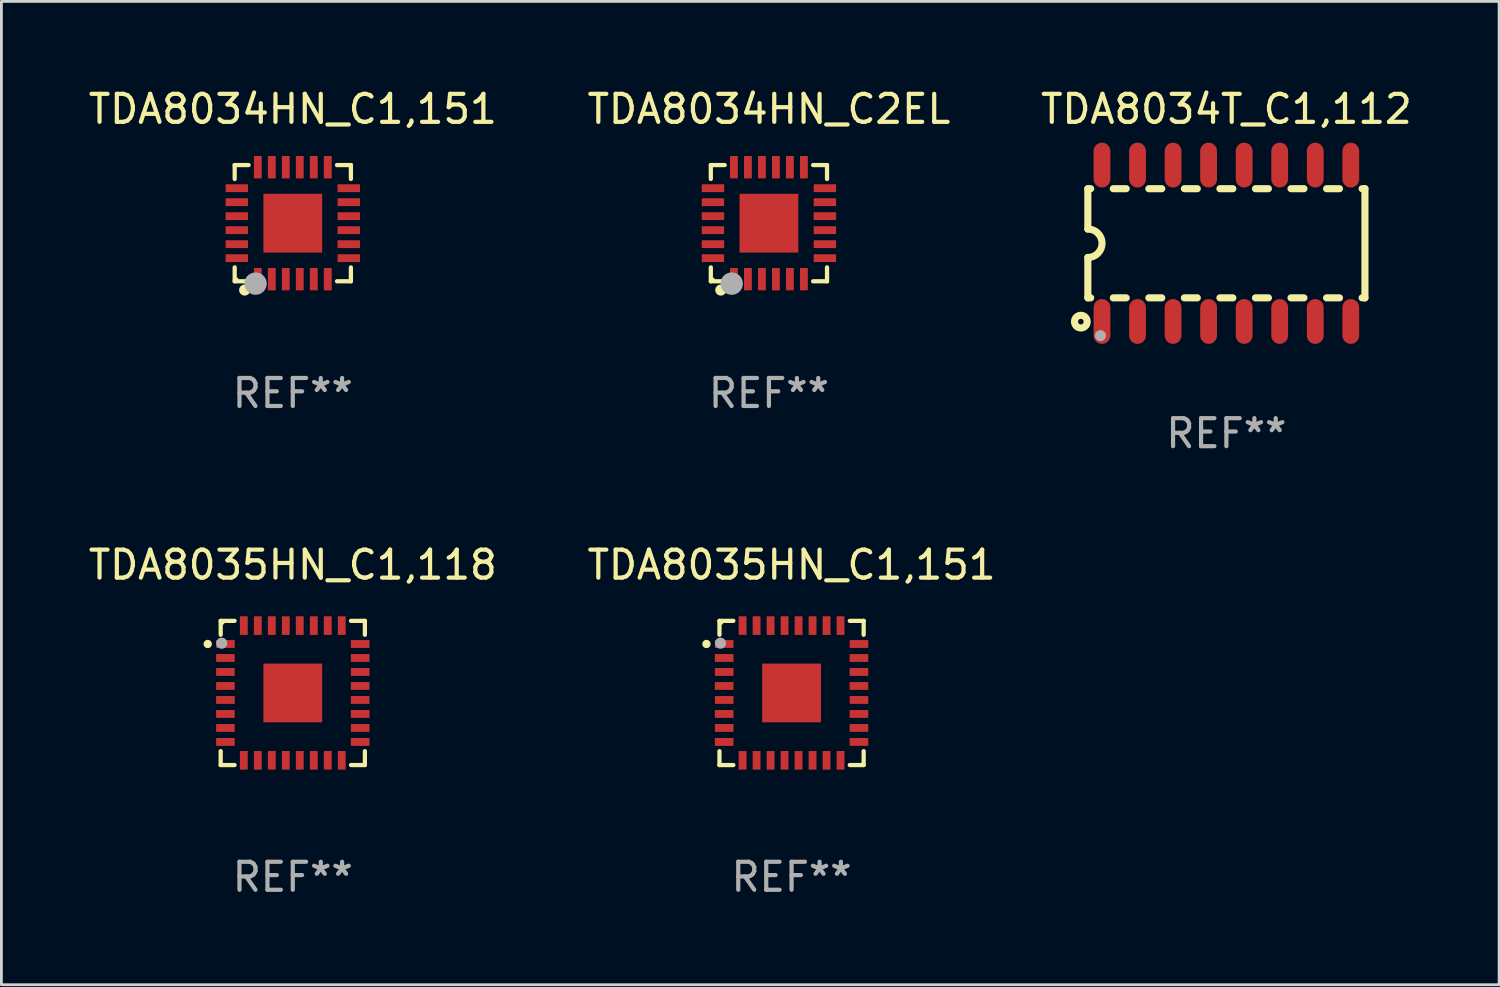
<source format=kicad_pcb>
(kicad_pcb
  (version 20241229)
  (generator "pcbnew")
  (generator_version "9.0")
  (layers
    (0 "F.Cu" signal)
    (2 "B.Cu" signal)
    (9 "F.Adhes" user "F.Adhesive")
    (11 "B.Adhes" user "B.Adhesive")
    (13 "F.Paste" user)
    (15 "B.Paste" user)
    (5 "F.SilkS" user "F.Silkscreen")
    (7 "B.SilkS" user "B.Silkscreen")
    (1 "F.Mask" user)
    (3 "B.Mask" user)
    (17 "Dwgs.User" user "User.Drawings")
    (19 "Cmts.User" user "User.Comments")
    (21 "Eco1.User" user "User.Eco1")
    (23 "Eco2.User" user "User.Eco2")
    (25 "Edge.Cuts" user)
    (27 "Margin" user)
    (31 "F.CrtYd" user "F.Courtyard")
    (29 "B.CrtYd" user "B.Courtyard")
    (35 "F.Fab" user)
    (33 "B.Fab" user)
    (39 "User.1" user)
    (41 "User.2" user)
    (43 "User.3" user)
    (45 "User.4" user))
  (footprint "TDA8035HN_C1,118"
    (layer "F.Cu")
    (at 7.411 21.709)
    (property "Reference" "TDA8035HN_C1,118" (at 0 -4.576 0) (layer "F.SilkS") (effects (font (size 1 1) (thickness 0.15))))
    (attr through_hole)
    (fp_line (start -2.576 -2.576) (end -2.576 -2.08) (stroke (width 0.152) (type solid)) (layer "F.SilkS"))
    (fp_line (start -2.576 2.576) (end -2.576 2.08) (stroke (width 0.152) (type solid)) (layer "F.SilkS"))
    (fp_line (start -2.08 -2.576) (end -2.576 -2.576) (stroke (width 0.152) (type solid)) (layer "F.SilkS"))
    (fp_line (start -2.08 2.576) (end -2.576 2.576) (stroke (width 0.152) (type solid)) (layer "F.SilkS"))
    (fp_line (start 2.08 -2.576) (end 2.576 -2.576) (stroke (width 0.152) (type solid)) (layer "F.SilkS"))
    (fp_line (start 2.08 2.576) (end 2.576 2.576) (stroke (width 0.152) (type solid)) (layer "F.SilkS"))
    (fp_line (start 2.576 -2.576) (end 2.576 -2.08) (stroke (width 0.152) (type solid)) (layer "F.SilkS"))
    (fp_line (start 2.576 2.576) (end 2.576 2.08) (stroke (width 0.152) (type solid)) (layer "F.SilkS"))
    (fp_circle (center -3.04 -1.75) (end -2.965 -1.75) (stroke (width 0.15) (type solid)) (fill no) (layer "F.SilkS"))
    (fp_circle (center -2.5 -2.5) (end -2.47 -2.5) (stroke (width 0.06) (type solid)) (fill no) (layer "F.SilkS"))
    (fp_circle (center -2.54 -1.778) (end -2.44 -1.778) (stroke (width 0.2) (type solid)) (fill no) (layer "F.Fab"))
    (fp_text user "REF**" (at 0 6.576 0) (layer "F.Fab") (effects (font (size 1 1) (thickness 0.15))))
    (pad "1" smd rect (at -2.407 -1.75) (size 0.665 0.28) (layers "F.Cu" "F.Mask" "F.Paste"))
    (pad "2" smd rect (at -2.407 -1.25) (size 0.665 0.28) (layers "F.Cu" "F.Mask" "F.Paste"))
    (pad "3" smd rect (at -2.407 -0.75) (size 0.665 0.28) (layers "F.Cu" "F.Mask" "F.Paste"))
    (pad "4" smd rect (at -2.407 -0.25) (size 0.665 0.28) (layers "F.Cu" "F.Mask" "F.Paste"))
    (pad "5" smd rect (at -2.407 0.25) (size 0.665 0.28) (layers "F.Cu" "F.Mask" "F.Paste"))
    (pad "6" smd rect (at -2.407 0.75) (size 0.665 0.28) (layers "F.Cu" "F.Mask" "F.Paste"))
    (pad "7" smd rect (at -2.407 1.25) (size 0.665 0.28) (layers "F.Cu" "F.Mask" "F.Paste"))
    (pad "8" smd rect (at -2.407 1.75) (size 0.665 0.28) (layers "F.Cu" "F.Mask" "F.Paste"))
    (pad "9" smd rect (at -1.75 2.407) (size 0.28 0.665) (layers "F.Cu" "F.Mask" "F.Paste"))
    (pad "10" smd rect (at -1.25 2.407) (size 0.28 0.665) (layers "F.Cu" "F.Mask" "F.Paste"))
    (pad "11" smd rect (at -0.75 2.407) (size 0.28 0.665) (layers "F.Cu" "F.Mask" "F.Paste"))
    (pad "12" smd rect (at -0.25 2.407) (size 0.28 0.665) (layers "F.Cu" "F.Mask" "F.Paste"))
    (pad "13" smd rect (at 0.25 2.407) (size 0.28 0.665) (layers "F.Cu" "F.Mask" "F.Paste"))
    (pad "14" smd rect (at 0.75 2.407) (size 0.28 0.665) (layers "F.Cu" "F.Mask" "F.Paste"))
    (pad "15" smd rect (at 1.25 2.407) (size 0.28 0.665) (layers "F.Cu" "F.Mask" "F.Paste"))
    (pad "16" smd rect (at 1.75 2.407) (size 0.28 0.665) (layers "F.Cu" "F.Mask" "F.Paste"))
    (pad "17" smd rect (at 2.408 1.75) (size 0.665 0.28) (layers "F.Cu" "F.Mask" "F.Paste"))
    (pad "18" smd rect (at 2.408 1.25) (size 0.665 0.28) (layers "F.Cu" "F.Mask" "F.Paste"))
    (pad "19" smd rect (at 2.408 0.75) (size 0.665 0.28) (layers "F.Cu" "F.Mask" "F.Paste"))
    (pad "20" smd rect (at 2.408 0.25) (size 0.665 0.28) (layers "F.Cu" "F.Mask" "F.Paste"))
    (pad "21" smd rect (at 2.408 -0.25) (size 0.665 0.28) (layers "F.Cu" "F.Mask" "F.Paste"))
    (pad "22" smd rect (at 2.408 -0.75) (size 0.665 0.28) (layers "F.Cu" "F.Mask" "F.Paste"))
    (pad "23" smd rect (at 2.408 -1.25) (size 0.665 0.28) (layers "F.Cu" "F.Mask" "F.Paste"))
    (pad "24" smd rect (at 2.408 -1.75) (size 0.665 0.28) (layers "F.Cu" "F.Mask" "F.Paste"))
    (pad "25" smd rect (at 1.75 -2.407) (size 0.28 0.665) (layers "F.Cu" "F.Mask" "F.Paste"))
    (pad "26" smd rect (at 1.25 -2.407) (size 0.28 0.665) (layers "F.Cu" "F.Mask" "F.Paste"))
    (pad "27" smd rect (at 0.75 -2.407) (size 0.28 0.665) (layers "F.Cu" "F.Mask" "F.Paste"))
    (pad "28" smd rect (at 0.25 -2.407) (size 0.28 0.665) (layers "F.Cu" "F.Mask" "F.Paste"))
    (pad "29" smd rect (at -0.25 -2.407) (size 0.28 0.665) (layers "F.Cu" "F.Mask" "F.Paste"))
    (pad "30" smd rect (at -0.75 -2.407) (size 0.28 0.665) (layers "F.Cu" "F.Mask" "F.Paste"))
    (pad "31" smd rect (at -1.25 -2.407) (size 0.28 0.665) (layers "F.Cu" "F.Mask" "F.Paste"))
    (pad "32" smd rect (at -1.75 -2.407) (size 0.28 0.665) (layers "F.Cu" "F.Mask" "F.Paste"))
    (pad "33" smd rect (at 0.000127 0.000025) (size 2.1 2.1) (layers "F.Cu" "F.Mask" "F.Paste")))
  (footprint "TDA8034HN_C1,151"
    (layer "F.Cu")
    (at 7.411 4.924)
    (property "Reference" "TDA8034HN_C1,151" (at 0 -4.076 0) (layer "F.SilkS") (effects (font (size 1 1) (thickness 0.15))))
    (attr through_hole)
    (fp_line (start -2.076 -2.076) (end -1.58 -2.076) (stroke (width 0.152) (type solid)) (layer "F.SilkS"))
    (fp_line (start -2.076 -1.58) (end -2.076 -2.076) (stroke (width 0.152) (type solid)) (layer "F.SilkS"))
    (fp_line (start -2.076 1.58) (end -2.076 2.076) (stroke (width 0.152) (type solid)) (layer "F.SilkS"))
    (fp_line (start -2.076 2.076) (end -1.58 2.076) (stroke (width 0.152) (type solid)) (layer "F.SilkS"))
    (fp_line (start 2.076 -2.076) (end 1.58 -2.076) (stroke (width 0.152) (type solid)) (layer "F.SilkS"))
    (fp_line (start 2.076 -1.58) (end 2.076 -2.076) (stroke (width 0.152) (type solid)) (layer "F.SilkS"))
    (fp_line (start 2.076 1.58) (end 2.076 2.076) (stroke (width 0.152) (type solid)) (layer "F.SilkS"))
    (fp_line (start 2.076 2.076) (end 1.58 2.076) (stroke (width 0.152) (type solid)) (layer "F.SilkS"))
    (fp_circle (center -2 2) (end -1.97 2) (stroke (width 0.06) (type solid)) (fill no) (layer "F.SilkS"))
    (fp_circle (center -1.72 2.39) (end -1.62 2.39) (stroke (width 0.2) (type solid)) (fill no) (layer "F.SilkS"))
    (fp_circle (center -1.33 2.16) (end -1.13 2.16) (stroke (width 0.4) (type solid)) (fill no) (layer "F.Fab"))
    (fp_text user "REF**" (at 0 6.076 0) (layer "F.Fab") (effects (font (size 1 1) (thickness 0.15))))
    (pad "1" smd rect (at -1.25 2) (size 0.28 0.8) (layers "F.Cu" "F.Mask" "F.Paste"))
    (pad "2" smd rect (at -0.75 2) (size 0.28 0.8) (layers "F.Cu" "F.Mask" "F.Paste"))
    (pad "3" smd rect (at -0.25 2) (size 0.28 0.8) (layers "F.Cu" "F.Mask" "F.Paste"))
    (pad "4" smd rect (at 0.25 2) (size 0.28 0.8) (layers "F.Cu" "F.Mask" "F.Paste"))
    (pad "5" smd rect (at 0.75 2) (size 0.28 0.8) (layers "F.Cu" "F.Mask" "F.Paste"))
    (pad "6" smd rect (at 1.25 2) (size 0.28 0.8) (layers "F.Cu" "F.Mask" "F.Paste"))
    (pad "7" smd rect (at 2 1.25) (size 0.8 0.28) (layers "F.Cu" "F.Mask" "F.Paste"))
    (pad "8" smd rect (at 2 0.75) (size 0.8 0.28) (layers "F.Cu" "F.Mask" "F.Paste"))
    (pad "9" smd rect (at 2 0.25) (size 0.8 0.28) (layers "F.Cu" "F.Mask" "F.Paste"))
    (pad "10" smd rect (at 2 -0.25) (size 0.8 0.28) (layers "F.Cu" "F.Mask" "F.Paste"))
    (pad "11" smd rect (at 2 -0.75) (size 0.8 0.28) (layers "F.Cu" "F.Mask" "F.Paste"))
    (pad "12" smd rect (at 2 -1.25) (size 0.8 0.28) (layers "F.Cu" "F.Mask" "F.Paste"))
    (pad "13" smd rect (at 1.25 -2) (size 0.28 0.8) (layers "F.Cu" "F.Mask" "F.Paste"))
    (pad "14" smd rect (at 0.75 -2) (size 0.28 0.8) (layers "F.Cu" "F.Mask" "F.Paste"))
    (pad "15" smd rect (at 0.25 -2) (size 0.28 0.8) (layers "F.Cu" "F.Mask" "F.Paste"))
    (pad "16" smd rect (at -0.25 -2) (size 0.28 0.8) (layers "F.Cu" "F.Mask" "F.Paste"))
    (pad "17" smd rect (at -0.75 -2) (size 0.28 0.8) (layers "F.Cu" "F.Mask" "F.Paste"))
    (pad "18" smd rect (at -1.25 -2) (size 0.28 0.8) (layers "F.Cu" "F.Mask" "F.Paste"))
    (pad "19" smd rect (at -2 -1.25) (size 0.8 0.28) (layers "F.Cu" "F.Mask" "F.Paste"))
    (pad "20" smd rect (at -2 -0.75) (size 0.8 0.28) (layers "F.Cu" "F.Mask" "F.Paste"))
    (pad "21" smd rect (at -2 -0.25) (size 0.8 0.28) (layers "F.Cu" "F.Mask" "F.Paste"))
    (pad "22" smd rect (at -2 0.25) (size 0.8 0.28) (layers "F.Cu" "F.Mask" "F.Paste"))
    (pad "23" smd rect (at -2 0.75) (size 0.8 0.28) (layers "F.Cu" "F.Mask" "F.Paste"))
    (pad "24" smd rect (at -2 1.25) (size 0.8 0.28) (layers "F.Cu" "F.Mask" "F.Paste"))
    (pad "25" smd rect (at 0 0) (size 2.1 2.1) (layers "F.Cu" "F.Mask" "F.Paste")))
  (footprint "TDA8034HN_C2EL"
    (layer "F.Cu")
    (at 24.423 4.924)
    (property "Reference" "TDA8034HN_C2EL" (at 0 -4.076 0) (layer "F.SilkS") (effects (font (size 1 1) (thickness 0.15))))
    (attr through_hole)
    (fp_line (start -2.076 -2.076) (end -1.58 -2.076) (stroke (width 0.152) (type solid)) (layer "F.SilkS"))
    (fp_line (start -2.076 -1.58) (end -2.076 -2.076) (stroke (width 0.152) (type solid)) (layer "F.SilkS"))
    (fp_line (start -2.076 1.58) (end -2.076 2.076) (stroke (width 0.152) (type solid)) (layer "F.SilkS"))
    (fp_line (start -2.076 2.076) (end -1.58 2.076) (stroke (width 0.152) (type solid)) (layer "F.SilkS"))
    (fp_line (start 2.076 -2.076) (end 1.58 -2.076) (stroke (width 0.152) (type solid)) (layer "F.SilkS"))
    (fp_line (start 2.076 -1.58) (end 2.076 -2.076) (stroke (width 0.152) (type solid)) (layer "F.SilkS"))
    (fp_line (start 2.076 1.58) (end 2.076 2.076) (stroke (width 0.152) (type solid)) (layer "F.SilkS"))
    (fp_line (start 2.076 2.076) (end 1.58 2.076) (stroke (width 0.152) (type solid)) (layer "F.SilkS"))
    (fp_circle (center -2 2) (end -1.97 2) (stroke (width 0.06) (type solid)) (fill no) (layer "F.SilkS"))
    (fp_circle (center -1.72 2.39) (end -1.62 2.39) (stroke (width 0.2) (type solid)) (fill no) (layer "F.SilkS"))
    (fp_circle (center -1.33 2.16) (end -1.13 2.16) (stroke (width 0.4) (type solid)) (fill no) (layer "F.Fab"))
    (fp_text user "REF**" (at 0 6.076 0) (layer "F.Fab") (effects (font (size 1 1) (thickness 0.15))))
    (pad "1" smd rect (at -1.25 2) (size 0.28 0.8) (layers "F.Cu" "F.Mask" "F.Paste"))
    (pad "2" smd rect (at -0.75 2) (size 0.28 0.8) (layers "F.Cu" "F.Mask" "F.Paste"))
    (pad "3" smd rect (at -0.25 2) (size 0.28 0.8) (layers "F.Cu" "F.Mask" "F.Paste"))
    (pad "4" smd rect (at 0.25 2) (size 0.28 0.8) (layers "F.Cu" "F.Mask" "F.Paste"))
    (pad "5" smd rect (at 0.75 2) (size 0.28 0.8) (layers "F.Cu" "F.Mask" "F.Paste"))
    (pad "6" smd rect (at 1.25 2) (size 0.28 0.8) (layers "F.Cu" "F.Mask" "F.Paste"))
    (pad "7" smd rect (at 2 1.25) (size 0.8 0.28) (layers "F.Cu" "F.Mask" "F.Paste"))
    (pad "8" smd rect (at 2 0.75) (size 0.8 0.28) (layers "F.Cu" "F.Mask" "F.Paste"))
    (pad "9" smd rect (at 2 0.25) (size 0.8 0.28) (layers "F.Cu" "F.Mask" "F.Paste"))
    (pad "10" smd rect (at 2 -0.25) (size 0.8 0.28) (layers "F.Cu" "F.Mask" "F.Paste"))
    (pad "11" smd rect (at 2 -0.75) (size 0.8 0.28) (layers "F.Cu" "F.Mask" "F.Paste"))
    (pad "12" smd rect (at 2 -1.25) (size 0.8 0.28) (layers "F.Cu" "F.Mask" "F.Paste"))
    (pad "13" smd rect (at 1.25 -2) (size 0.28 0.8) (layers "F.Cu" "F.Mask" "F.Paste"))
    (pad "14" smd rect (at 0.75 -2) (size 0.28 0.8) (layers "F.Cu" "F.Mask" "F.Paste"))
    (pad "15" smd rect (at 0.25 -2) (size 0.28 0.8) (layers "F.Cu" "F.Mask" "F.Paste"))
    (pad "16" smd rect (at -0.25 -2) (size 0.28 0.8) (layers "F.Cu" "F.Mask" "F.Paste"))
    (pad "17" smd rect (at -0.75 -2) (size 0.28 0.8) (layers "F.Cu" "F.Mask" "F.Paste"))
    (pad "18" smd rect (at -1.25 -2) (size 0.28 0.8) (layers "F.Cu" "F.Mask" "F.Paste"))
    (pad "19" smd rect (at -2 -1.25) (size 0.8 0.28) (layers "F.Cu" "F.Mask" "F.Paste"))
    (pad "20" smd rect (at -2 -0.75) (size 0.8 0.28) (layers "F.Cu" "F.Mask" "F.Paste"))
    (pad "21" smd rect (at -2 -0.25) (size 0.8 0.28) (layers "F.Cu" "F.Mask" "F.Paste"))
    (pad "22" smd rect (at -2 0.25) (size 0.8 0.28) (layers "F.Cu" "F.Mask" "F.Paste"))
    (pad "23" smd rect (at -2 0.75) (size 0.8 0.28) (layers "F.Cu" "F.Mask" "F.Paste"))
    (pad "24" smd rect (at -2 1.25) (size 0.8 0.28) (layers "F.Cu" "F.Mask" "F.Paste"))
    (pad "25" smd rect (at 0 0) (size 2.1 2.1) (layers "F.Cu" "F.Mask" "F.Paste")))
  (footprint "TDA8035HN_C1,151"
    (layer "F.Cu")
    (at 25.232 21.709)
    (property "Reference" "TDA8035HN_C1,151" (at 0 -4.576 0) (layer "F.SilkS") (effects (font (size 1 1) (thickness 0.15))))
    (attr through_hole)
    (fp_line (start -2.576 -2.576) (end -2.576 -2.08) (stroke (width 0.152) (type solid)) (layer "F.SilkS"))
    (fp_line (start -2.576 2.576) (end -2.576 2.08) (stroke (width 0.152) (type solid)) (layer "F.SilkS"))
    (fp_line (start -2.08 -2.576) (end -2.576 -2.576) (stroke (width 0.152) (type solid)) (layer "F.SilkS"))
    (fp_line (start -2.08 2.576) (end -2.576 2.576) (stroke (width 0.152) (type solid)) (layer "F.SilkS"))
    (fp_line (start 2.08 -2.576) (end 2.576 -2.576) (stroke (width 0.152) (type solid)) (layer "F.SilkS"))
    (fp_line (start 2.08 2.576) (end 2.576 2.576) (stroke (width 0.152) (type solid)) (layer "F.SilkS"))
    (fp_line (start 2.576 -2.576) (end 2.576 -2.08) (stroke (width 0.152) (type solid)) (layer "F.SilkS"))
    (fp_line (start 2.576 2.576) (end 2.576 2.08) (stroke (width 0.152) (type solid)) (layer "F.SilkS"))
    (fp_circle (center -3.04 -1.75) (end -2.965 -1.75) (stroke (width 0.15) (type solid)) (fill no) (layer "F.SilkS"))
    (fp_circle (center -2.5 -2.5) (end -2.47 -2.5) (stroke (width 0.06) (type solid)) (fill no) (layer "F.SilkS"))
    (fp_circle (center -2.54 -1.778) (end -2.44 -1.778) (stroke (width 0.2) (type solid)) (fill no) (layer "F.Fab"))
    (fp_text user "REF**" (at 0 6.576 0) (layer "F.Fab") (effects (font (size 1 1) (thickness 0.15))))
    (pad "1" smd rect (at -2.407 -1.75) (size 0.665 0.28) (layers "F.Cu" "F.Mask" "F.Paste"))
    (pad "2" smd rect (at -2.407 -1.25) (size 0.665 0.28) (layers "F.Cu" "F.Mask" "F.Paste"))
    (pad "3" smd rect (at -2.407 -0.75) (size 0.665 0.28) (layers "F.Cu" "F.Mask" "F.Paste"))
    (pad "4" smd rect (at -2.407 -0.25) (size 0.665 0.28) (layers "F.Cu" "F.Mask" "F.Paste"))
    (pad "5" smd rect (at -2.407 0.25) (size 0.665 0.28) (layers "F.Cu" "F.Mask" "F.Paste"))
    (pad "6" smd rect (at -2.407 0.75) (size 0.665 0.28) (layers "F.Cu" "F.Mask" "F.Paste"))
    (pad "7" smd rect (at -2.407 1.25) (size 0.665 0.28) (layers "F.Cu" "F.Mask" "F.Paste"))
    (pad "8" smd rect (at -2.407 1.75) (size 0.665 0.28) (layers "F.Cu" "F.Mask" "F.Paste"))
    (pad "9" smd rect (at -1.75 2.407) (size 0.28 0.665) (layers "F.Cu" "F.Mask" "F.Paste"))
    (pad "10" smd rect (at -1.25 2.407) (size 0.28 0.665) (layers "F.Cu" "F.Mask" "F.Paste"))
    (pad "11" smd rect (at -0.75 2.407) (size 0.28 0.665) (layers "F.Cu" "F.Mask" "F.Paste"))
    (pad "12" smd rect (at -0.25 2.407) (size 0.28 0.665) (layers "F.Cu" "F.Mask" "F.Paste"))
    (pad "13" smd rect (at 0.25 2.407) (size 0.28 0.665) (layers "F.Cu" "F.Mask" "F.Paste"))
    (pad "14" smd rect (at 0.75 2.407) (size 0.28 0.665) (layers "F.Cu" "F.Mask" "F.Paste"))
    (pad "15" smd rect (at 1.25 2.407) (size 0.28 0.665) (layers "F.Cu" "F.Mask" "F.Paste"))
    (pad "16" smd rect (at 1.75 2.407) (size 0.28 0.665) (layers "F.Cu" "F.Mask" "F.Paste"))
    (pad "17" smd rect (at 2.408 1.75) (size 0.665 0.28) (layers "F.Cu" "F.Mask" "F.Paste"))
    (pad "18" smd rect (at 2.408 1.25) (size 0.665 0.28) (layers "F.Cu" "F.Mask" "F.Paste"))
    (pad "19" smd rect (at 2.408 0.75) (size 0.665 0.28) (layers "F.Cu" "F.Mask" "F.Paste"))
    (pad "20" smd rect (at 2.408 0.25) (size 0.665 0.28) (layers "F.Cu" "F.Mask" "F.Paste"))
    (pad "21" smd rect (at 2.408 -0.25) (size 0.665 0.28) (layers "F.Cu" "F.Mask" "F.Paste"))
    (pad "22" smd rect (at 2.408 -0.75) (size 0.665 0.28) (layers "F.Cu" "F.Mask" "F.Paste"))
    (pad "23" smd rect (at 2.408 -1.25) (size 0.665 0.28) (layers "F.Cu" "F.Mask" "F.Paste"))
    (pad "24" smd rect (at 2.408 -1.75) (size 0.665 0.28) (layers "F.Cu" "F.Mask" "F.Paste"))
    (pad "25" smd rect (at 1.75 -2.407) (size 0.28 0.665) (layers "F.Cu" "F.Mask" "F.Paste"))
    (pad "26" smd rect (at 1.25 -2.407) (size 0.28 0.665) (layers "F.Cu" "F.Mask" "F.Paste"))
    (pad "27" smd rect (at 0.75 -2.407) (size 0.28 0.665) (layers "F.Cu" "F.Mask" "F.Paste"))
    (pad "28" smd rect (at 0.25 -2.407) (size 0.28 0.665) (layers "F.Cu" "F.Mask" "F.Paste"))
    (pad "29" smd rect (at -0.25 -2.407) (size 0.28 0.665) (layers "F.Cu" "F.Mask" "F.Paste"))
    (pad "30" smd rect (at -0.75 -2.407) (size 0.28 0.665) (layers "F.Cu" "F.Mask" "F.Paste"))
    (pad "31" smd rect (at -1.25 -2.407) (size 0.28 0.665) (layers "F.Cu" "F.Mask" "F.Paste"))
    (pad "32" smd rect (at -1.75 -2.407) (size 0.28 0.665) (layers "F.Cu" "F.Mask" "F.Paste"))
    (pad "33" smd rect (at 0.000127 0.000025) (size 2.1 2.1) (layers "F.Cu" "F.Mask" "F.Paste")))
  (footprint "TDA8034T_C1,112"
    (layer "F.Cu")
    (at 40.768 5.642)
    (property "Reference" "TDA8034T_C1,112" (at 0 -4.794 0) (layer "F.SilkS") (effects (font (size 1 1) (thickness 0.15))))
    (attr through_hole)
    (fp_line (start -4.95 -1.95) (end -4.95 -0.508) (stroke (width 0.254) (type solid)) (layer "F.SilkS"))
    (fp_line (start -4.95 -1.95) (end -4.849 -1.95) (stroke (width 0.254) (type solid)) (layer "F.SilkS"))
    (fp_line (start -4.95 1.95) (end -4.95 0.508) (stroke (width 0.254) (type solid)) (layer "F.SilkS"))
    (fp_line (start -4.95 1.95) (end -4.849 1.95) (stroke (width 0.254) (type solid)) (layer "F.SilkS"))
    (fp_line (start -4.041 -1.95) (end -3.579 -1.95) (stroke (width 0.254) (type solid)) (layer "F.SilkS"))
    (fp_line (start -4.041 1.95) (end -3.579 1.95) (stroke (width 0.254) (type solid)) (layer "F.SilkS"))
    (fp_line (start -2.771 -1.95) (end -2.309 -1.95) (stroke (width 0.254) (type solid)) (layer "F.SilkS"))
    (fp_line (start -2.771 1.95) (end -2.309 1.95) (stroke (width 0.254) (type solid)) (layer "F.SilkS"))
    (fp_line (start -1.501 -1.95) (end -1.039 -1.95) (stroke (width 0.254) (type solid)) (layer "F.SilkS"))
    (fp_line (start -1.501 1.95) (end -1.039 1.95) (stroke (width 0.254) (type solid)) (layer "F.SilkS"))
    (fp_line (start -0.231 -1.95) (end 0.231 -1.95) (stroke (width 0.254) (type solid)) (layer "F.SilkS"))
    (fp_line (start -0.231 1.95) (end 0.231 1.95) (stroke (width 0.254) (type solid)) (layer "F.SilkS"))
    (fp_line (start 1.039 -1.95) (end 1.501 -1.95) (stroke (width 0.254) (type solid)) (layer "F.SilkS"))
    (fp_line (start 1.039 1.95) (end 1.501 1.95) (stroke (width 0.254) (type solid)) (layer "F.SilkS"))
    (fp_line (start 2.309 -1.95) (end 2.771 -1.95) (stroke (width 0.254) (type solid)) (layer "F.SilkS"))
    (fp_line (start 2.309 1.95) (end 2.771 1.95) (stroke (width 0.254) (type solid)) (layer "F.SilkS"))
    (fp_line (start 3.579 -1.95) (end 4.041 -1.95) (stroke (width 0.254) (type solid)) (layer "F.SilkS"))
    (fp_line (start 3.579 1.95) (end 4.041 1.95) (stroke (width 0.254) (type solid)) (layer "F.SilkS"))
    (fp_line (start 4.849 -1.95) (end 4.95 -1.95) (stroke (width 0.254) (type solid)) (layer "F.SilkS"))
    (fp_line (start 4.849 1.95) (end 4.95 1.95) (stroke (width 0.254) (type solid)) (layer "F.SilkS"))
    (fp_line (start 4.95 -1.95) (end 4.95 1.95) (stroke (width 0.254) (type solid)) (layer "F.SilkS"))
    (fp_arc (start -4.95047 -0.508001) (mid -4.442469 -0.000228) (end -4.950013 0.508001) (stroke (width 0.254001) (type solid)) (layer "F.SilkS"))
    (fp_circle (center -5.2 2.8) (end -5.1 2.8) (stroke (width 0.254) (type solid)) (fill no) (layer "F.SilkS"))
    (fp_circle (center -4.95 2.947) (end -4.92 2.947) (stroke (width 0.06) (type solid)) (fill no) (layer "F.SilkS"))
    (fp_circle (center -4.5 3.3) (end -4.4 3.3) (stroke (width 0.2) (type solid)) (fill no) (layer "F.Fab"))
    (fp_text user "REF**" (at 0 6.794 0) (layer "F.Fab") (effects (font (size 1 1) (thickness 0.15))))
    (pad "1" smd oval (at -4.445 2.794) (size 0.6 1.6) (layers "F.Cu" "F.Mask" "F.Paste"))
    (pad "2" smd oval (at -3.175 2.794) (size 0.6 1.6) (layers "F.Cu" "F.Mask" "F.Paste"))
    (pad "3" smd oval (at -1.905 2.794) (size 0.6 1.6) (layers "F.Cu" "F.Mask" "F.Paste"))
    (pad "4" smd oval (at -0.635 2.794) (size 0.6 1.6) (layers "F.Cu" "F.Mask" "F.Paste"))
    (pad "5" smd oval (at 0.635 2.794) (size 0.6 1.6) (layers "F.Cu" "F.Mask" "F.Paste"))
    (pad "6" smd oval (at 1.905 2.794) (size 0.6 1.6) (layers "F.Cu" "F.Mask" "F.Paste"))
    (pad "7" smd oval (at 3.175 2.794) (size 0.6 1.6) (layers "F.Cu" "F.Mask" "F.Paste"))
    (pad "8" smd oval (at 4.445 2.794) (size 0.6 1.6) (layers "F.Cu" "F.Mask" "F.Paste"))
    (pad "9" smd oval (at 4.445 -2.794) (size 0.6 1.6) (layers "F.Cu" "F.Mask" "F.Paste"))
    (pad "10" smd oval (at 3.175 -2.794) (size 0.6 1.6) (layers "F.Cu" "F.Mask" "F.Paste"))
    (pad "11" smd oval (at 1.905 -2.794) (size 0.6 1.6) (layers "F.Cu" "F.Mask" "F.Paste"))
    (pad "12" smd oval (at 0.635 -2.794) (size 0.6 1.6) (layers "F.Cu" "F.Mask" "F.Paste"))
    (pad "13" smd oval (at -0.635 -2.794) (size 0.6 1.6) (layers "F.Cu" "F.Mask" "F.Paste"))
    (pad "14" smd oval (at -1.905 -2.794) (size 0.6 1.6) (layers "F.Cu" "F.Mask" "F.Paste"))
    (pad "15" smd oval (at -3.175 -2.794) (size 0.6 1.6) (layers "F.Cu" "F.Mask" "F.Paste"))
    (pad "16" smd oval (at -4.445 -2.794) (size 0.6 1.6) (layers "F.Cu" "F.Mask" "F.Paste")))
  (gr_rect
    (start -3 -3)
    (end 50.512 32.133)
    (stroke (width 0.1) (type default))
    (fill no)
    (layer "Edge.Cuts")))
</source>
